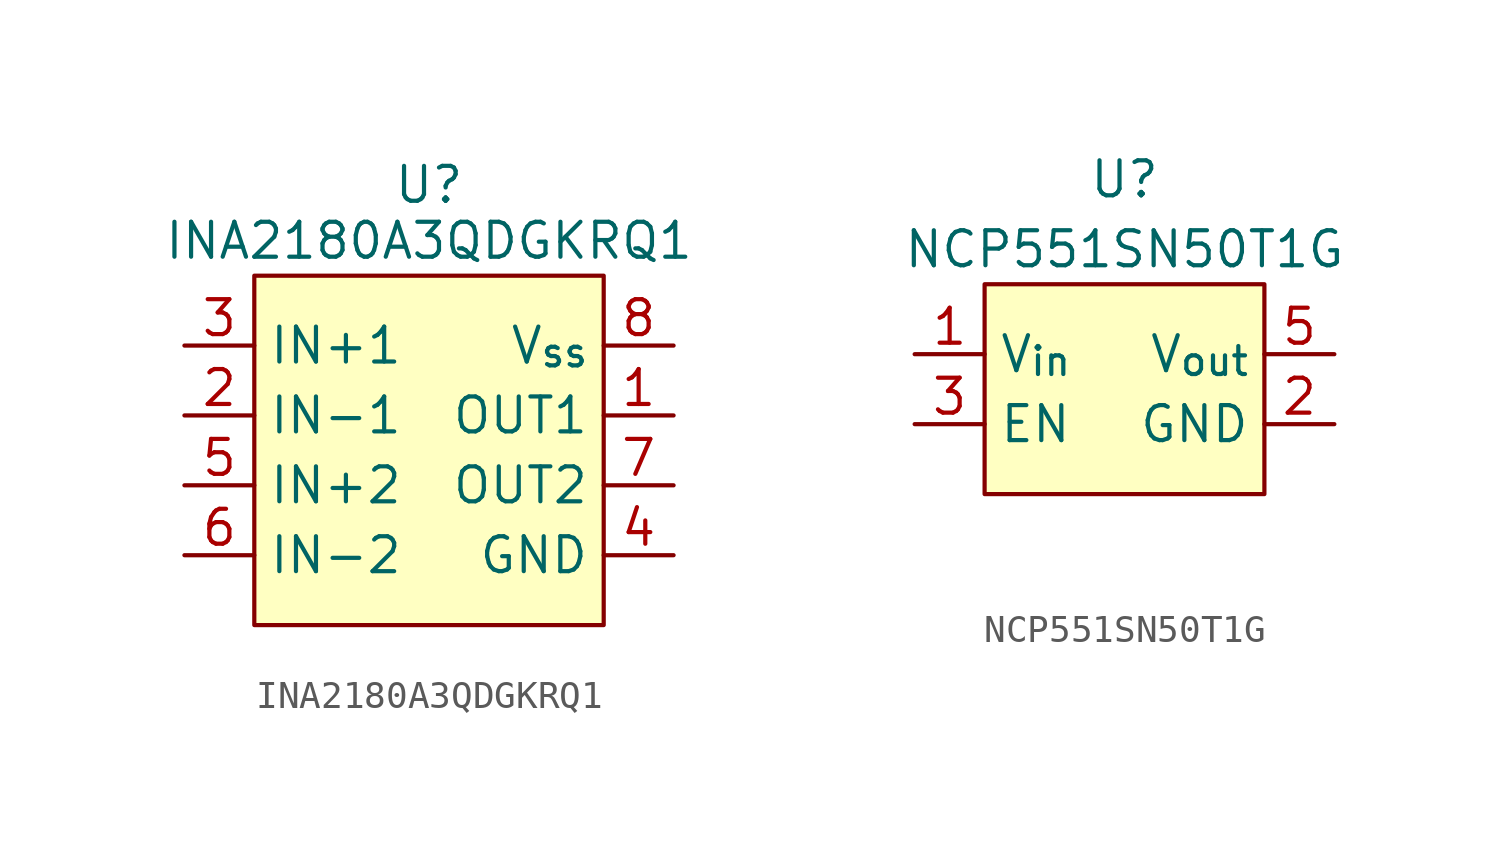
<source format=kicad_sym>
(kicad_symbol_lib
  (version 20231120)
  (generator "kicad_symbol_editor")
  (generator_version "8.0")
  (symbol "INA2180A3QDGKRQ1"
    (property "Reference" "U"
      (at 0 2.032 0)
      (effects (font (size 1.27 1.27))))
    (property "Value" "INA2180A3QDGKRQ1"
      (at 0 0 0)
      (effects (font (size 1.27 1.27))))
    (symbol "INA2180A3QDGKRQ1_1_1"
      (rectangle (start -6.35 -1.27) (end 6.35 -13.97) (stroke (width 0) (type default)) (fill (type background)))
      (pin output line (at 8.89 -6.35 180) (length 2.54) (name "OUT1" (effects (font (size 1.27 1.27)))) (number "1" (effects (font (size 1.27 1.27)))))
      (pin input line (at -8.89 -6.35 0) (length 2.54) (name "IN-1" (effects (font (size 1.27 1.27)))) (number "2" (effects (font (size 1.27 1.27)))))
      (pin input line (at -8.89 -3.81 0) (length 2.54) (name "IN+1" (effects (font (size 1.27 1.27)))) (number "3" (effects (font (size 1.27 1.27)))))
      (pin power_in line (at 8.89 -11.43 180) (length 2.54) (name "GND" (effects (font (size 1.27 1.27)))) (number "4" (effects (font (size 1.27 1.27)))))
      (pin input line (at -8.89 -8.89 0) (length 2.54) (name "IN+2" (effects (font (size 1.27 1.27)))) (number "5" (effects (font (size 1.27 1.27)))))
      (pin input line (at -8.89 -11.43 0) (length 2.54) (name "IN-2" (effects (font (size 1.27 1.27)))) (number "6" (effects (font (size 1.27 1.27)))))
      (pin output line (at 8.89 -8.89 180) (length 2.54) (name "OUT2" (effects (font (size 1.27 1.27)))) (number "7" (effects (font (size 1.27 1.27)))))
      (pin power_in line (at 8.89 -3.81 180) (length 2.54) (name "V_{ss}" (effects (font (size 1.27 1.27)))) (number "8" (effects (font (size 1.27 1.27)))))))
  (symbol "NCP551SN50T1G"
    (property "Reference" "U"
      (at 0 2.54 0)
      (effects (font (size 1.27 1.27))))
    (property "Value" "NCP551SN50T1G"
      (at 0 0 0)
      (effects (font (size 1.27 1.27))))
    (symbol "NCP551SN50T1G_0_1"
      (rectangle (start -5.08 -1.27) (end 5.08 -8.89) (stroke (width 0) (type default)) (fill (type background))))
    (symbol "NCP551SN50T1G_1_1"
      (pin power_in line (at -7.62 -3.81 0) (length 2.54) (name "V_{in}" (effects (font (size 1.27 1.27)))) (number "1" (effects (font (size 1.27 1.27)))))
      (pin power_in line (at 7.62 -6.35 180) (length 2.54) (name "GND" (effects (font (size 1.27 1.27)))) (number "2" (effects (font (size 1.27 1.27)))))
      (pin input line (at -7.62 -6.35 0) (length 2.54) (name "EN" (effects (font (size 1.27 1.27)))) (number "3" (effects (font (size 1.27 1.27)))))
      (pin no_connect line (at 0 -11.43 180) (length 2.54) hide (name "NC" (effects (font (size 1.27 1.27)))) (number "4" (effects (font (size 1.27 1.27)))))
      (pin power_out line (at 7.62 -3.81 180) (length 2.54) (name "V_{out}" (effects (font (size 1.27 1.27)))) (number "5" (effects (font (size 1.27 1.27))))))))
</source>
